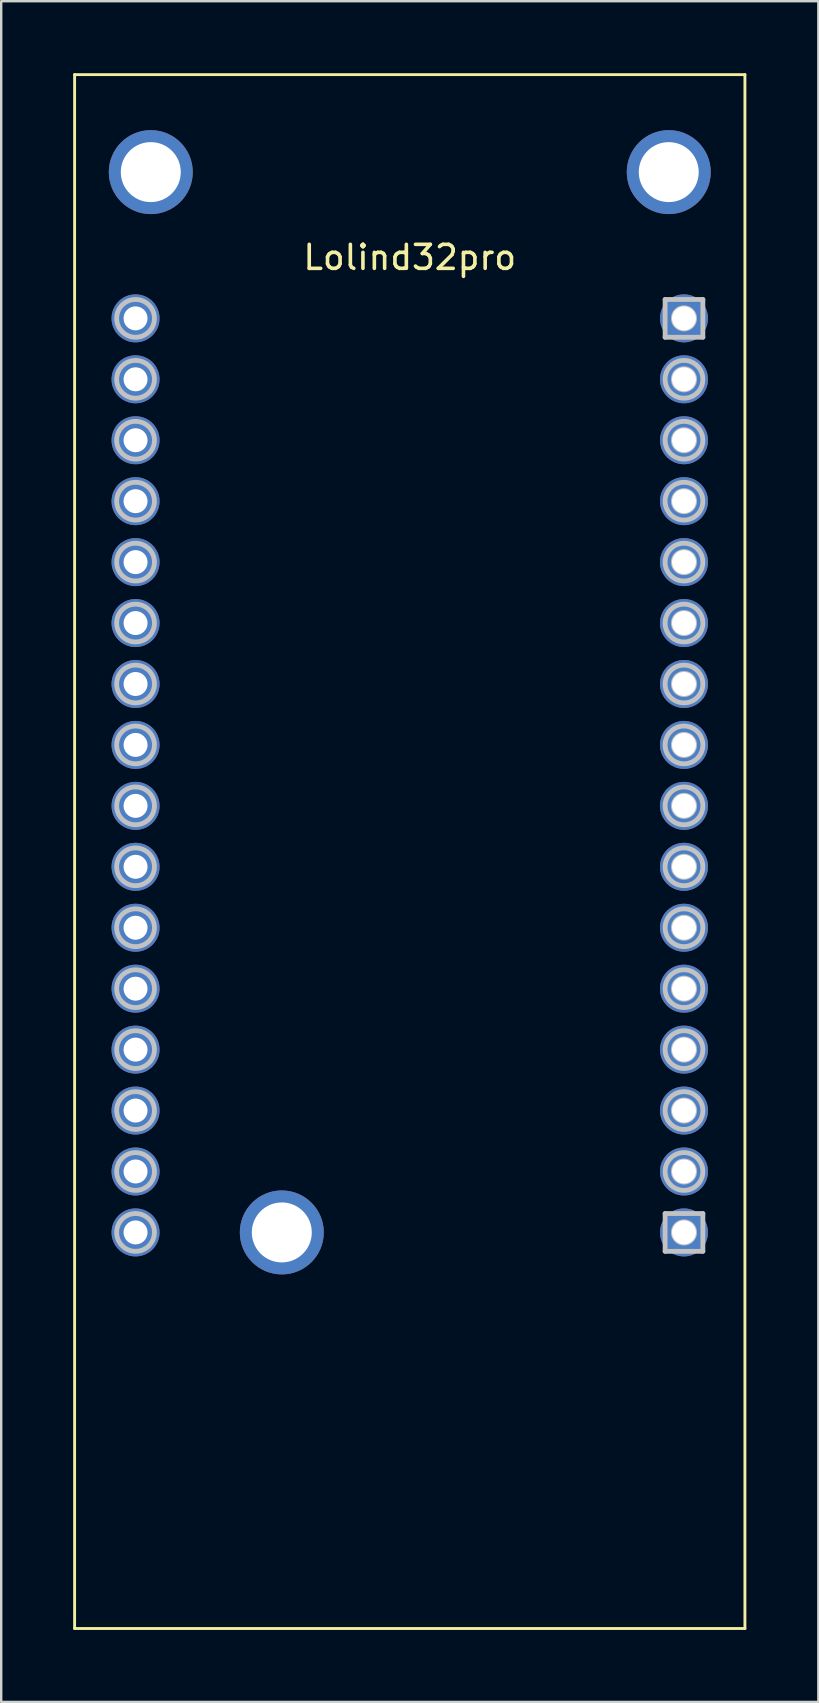
<source format=kicad_pcb>
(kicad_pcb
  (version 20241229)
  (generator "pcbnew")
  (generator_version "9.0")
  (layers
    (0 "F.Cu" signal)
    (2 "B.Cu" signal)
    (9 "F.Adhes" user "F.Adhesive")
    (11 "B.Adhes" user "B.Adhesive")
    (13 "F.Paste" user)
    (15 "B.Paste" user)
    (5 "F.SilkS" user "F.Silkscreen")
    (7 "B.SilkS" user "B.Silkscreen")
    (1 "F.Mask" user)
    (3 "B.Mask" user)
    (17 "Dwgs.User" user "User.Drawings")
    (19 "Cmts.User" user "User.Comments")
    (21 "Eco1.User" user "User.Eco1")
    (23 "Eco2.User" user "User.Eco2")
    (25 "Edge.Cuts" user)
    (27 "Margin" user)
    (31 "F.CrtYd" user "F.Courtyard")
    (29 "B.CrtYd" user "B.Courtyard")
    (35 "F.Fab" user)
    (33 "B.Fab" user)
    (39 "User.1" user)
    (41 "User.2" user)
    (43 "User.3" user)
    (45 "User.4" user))
  (footprint "Lolind32pro"
    (layer "F.Cu")
    (at 14.03 25.46)
    (property "Reference" "Lolind32pro" (at 0 -17.78 0) (layer "F.SilkS") (effects (font (size 1 1) (thickness 0.15))))
    (attr through_hole)
    (fp_line (start -13.97 -25.4) (end -13.97 39.37) (stroke (width 0.12) (type solid)) (layer "F.SilkS"))
    (fp_line (start -13.97 -25.4) (end 13.97 -25.4) (stroke (width 0.12) (type solid)) (layer "F.SilkS"))
    (fp_line (start 13.97 39.37) (end -13.97 39.37) (stroke (width 0.12) (type solid)) (layer "F.SilkS"))
    (fp_line (start 13.97 39.37) (end 13.97 -25.4) (stroke (width 0.12) (type solid)) (layer "F.SilkS"))
    (fp_line (start 10.643 -16.027) (end 12.217 -16.027) (stroke (width 0.2) (type solid)) (layer "Dwgs.User"))
    (fp_line (start 10.643 -14.453) (end 10.643 -16.027) (stroke (width 0.2) (type solid)) (layer "Dwgs.User"))
    (fp_line (start 10.643 22.073) (end 12.217 22.073) (stroke (width 0.2) (type solid)) (layer "Dwgs.User"))
    (fp_line (start 10.643 23.647) (end 10.643 22.073) (stroke (width 0.2) (type solid)) (layer "Dwgs.User"))
    (fp_line (start 12.217 -16.027) (end 12.217 -14.453) (stroke (width 0.2) (type solid)) (layer "Dwgs.User"))
    (fp_line (start 12.217 -14.453) (end 10.643 -14.453) (stroke (width 0.2) (type solid)) (layer "Dwgs.User"))
    (fp_line (start 12.217 22.073) (end 12.217 23.647) (stroke (width 0.2) (type solid)) (layer "Dwgs.User"))
    (fp_line (start 12.217 23.647) (end 10.643 23.647) (stroke (width 0.2) (type solid)) (layer "Dwgs.User"))
    (fp_circle (center -11.43 -15.24) (end -10.643 -15.24) (stroke (width 0.2) (type solid)) (fill no) (layer "Dwgs.User"))
    (fp_circle (center -11.43 -12.7) (end -10.643 -12.7) (stroke (width 0.2) (type solid)) (fill no) (layer "Dwgs.User"))
    (fp_circle (center -11.43 -10.16) (end -10.643 -10.16) (stroke (width 0.2) (type solid)) (fill no) (layer "Dwgs.User"))
    (fp_circle (center -11.43 -7.62) (end -10.643 -7.62) (stroke (width 0.2) (type solid)) (fill no) (layer "Dwgs.User"))
    (fp_circle (center -11.43 -5.08) (end -10.643 -5.08) (stroke (width 0.2) (type solid)) (fill no) (layer "Dwgs.User"))
    (fp_circle (center -11.43 -2.54) (end -10.643 -2.54) (stroke (width 0.2) (type solid)) (fill no) (layer "Dwgs.User"))
    (fp_circle (center -11.43 0) (end -10.643 0) (stroke (width 0.2) (type solid)) (fill no) (layer "Dwgs.User"))
    (fp_circle (center -11.43 2.54) (end -10.643 2.54) (stroke (width 0.2) (type solid)) (fill no) (layer "Dwgs.User"))
    (fp_circle (center -11.43 5.08) (end -10.643 5.08) (stroke (width 0.2) (type solid)) (fill no) (layer "Dwgs.User"))
    (fp_circle (center -11.43 7.62) (end -10.643 7.62) (stroke (width 0.2) (type solid)) (fill no) (layer "Dwgs.User"))
    (fp_circle (center -11.43 10.16) (end -10.643 10.16) (stroke (width 0.2) (type solid)) (fill no) (layer "Dwgs.User"))
    (fp_circle (center -11.43 12.7) (end -10.643 12.7) (stroke (width 0.2) (type solid)) (fill no) (layer "Dwgs.User"))
    (fp_circle (center -11.43 15.24) (end -10.643 15.24) (stroke (width 0.2) (type solid)) (fill no) (layer "Dwgs.User"))
    (fp_circle (center -11.43 17.78) (end -10.643 17.78) (stroke (width 0.2) (type solid)) (fill no) (layer "Dwgs.User"))
    (fp_circle (center -11.43 20.32) (end -10.643 20.32) (stroke (width 0.2) (type solid)) (fill no) (layer "Dwgs.User"))
    (fp_circle (center -11.43 22.86) (end -10.643 22.86) (stroke (width 0.2) (type solid)) (fill no) (layer "Dwgs.User"))
    (fp_circle (center -10.795 -21.336) (end -9.779 -21.336) (stroke (width 0.2) (type solid)) (fill no) (layer "Dwgs.User"))
    (fp_circle (center -5.334 22.86) (end -4.318 22.86) (stroke (width 0.2) (type solid)) (fill no) (layer "Dwgs.User"))
    (fp_circle (center 10.795 -21.336) (end 11.811 -21.336) (stroke (width 0.2) (type solid)) (fill no) (layer "Dwgs.User"))
    (fp_circle (center 11.43 -15.24) (end 11.874 -15.24) (stroke (width 0.2) (type solid)) (fill no) (layer "Dwgs.User"))
    (fp_circle (center 11.43 -12.7) (end 11.874 -12.7) (stroke (width 0.2) (type solid)) (fill no) (layer "Dwgs.User"))
    (fp_circle (center 11.43 -12.7) (end 12.217 -12.7) (stroke (width 0.2) (type solid)) (fill no) (layer "Dwgs.User"))
    (fp_circle (center 11.43 -10.16) (end 11.874 -10.16) (stroke (width 0.2) (type solid)) (fill no) (layer "Dwgs.User"))
    (fp_circle (center 11.43 -10.16) (end 12.217 -10.16) (stroke (width 0.2) (type solid)) (fill no) (layer "Dwgs.User"))
    (fp_circle (center 11.43 -7.62) (end 11.874 -7.62) (stroke (width 0.2) (type solid)) (fill no) (layer "Dwgs.User"))
    (fp_circle (center 11.43 -7.62) (end 12.217 -7.62) (stroke (width 0.2) (type solid)) (fill no) (layer "Dwgs.User"))
    (fp_circle (center 11.43 -5.08) (end 11.874 -5.08) (stroke (width 0.2) (type solid)) (fill no) (layer "Dwgs.User"))
    (fp_circle (center 11.43 -5.08) (end 12.217 -5.08) (stroke (width 0.2) (type solid)) (fill no) (layer "Dwgs.User"))
    (fp_circle (center 11.43 -2.54) (end 11.874 -2.54) (stroke (width 0.2) (type solid)) (fill no) (layer "Dwgs.User"))
    (fp_circle (center 11.43 -2.54) (end 12.217 -2.54) (stroke (width 0.2) (type solid)) (fill no) (layer "Dwgs.User"))
    (fp_circle (center 11.43 0) (end 11.874 0) (stroke (width 0.2) (type solid)) (fill no) (layer "Dwgs.User"))
    (fp_circle (center 11.43 0) (end 12.217 0) (stroke (width 0.2) (type solid)) (fill no) (layer "Dwgs.User"))
    (fp_circle (center 11.43 2.54) (end 11.874 2.54) (stroke (width 0.2) (type solid)) (fill no) (layer "Dwgs.User"))
    (fp_circle (center 11.43 2.54) (end 12.217 2.54) (stroke (width 0.2) (type solid)) (fill no) (layer "Dwgs.User"))
    (fp_circle (center 11.43 5.08) (end 11.874 5.08) (stroke (width 0.2) (type solid)) (fill no) (layer "Dwgs.User"))
    (fp_circle (center 11.43 5.08) (end 12.217 5.08) (stroke (width 0.2) (type solid)) (fill no) (layer "Dwgs.User"))
    (fp_circle (center 11.43 7.62) (end 11.874 7.62) (stroke (width 0.2) (type solid)) (fill no) (layer "Dwgs.User"))
    (fp_circle (center 11.43 7.62) (end 12.217 7.62) (stroke (width 0.2) (type solid)) (fill no) (layer "Dwgs.User"))
    (fp_circle (center 11.43 10.16) (end 11.874 10.16) (stroke (width 0.2) (type solid)) (fill no) (layer "Dwgs.User"))
    (fp_circle (center 11.43 10.16) (end 12.217 10.16) (stroke (width 0.2) (type solid)) (fill no) (layer "Dwgs.User"))
    (fp_circle (center 11.43 12.7) (end 11.874 12.7) (stroke (width 0.2) (type solid)) (fill no) (layer "Dwgs.User"))
    (fp_circle (center 11.43 12.7) (end 12.217 12.7) (stroke (width 0.2) (type solid)) (fill no) (layer "Dwgs.User"))
    (fp_circle (center 11.43 15.24) (end 11.874 15.24) (stroke (width 0.2) (type solid)) (fill no) (layer "Dwgs.User"))
    (fp_circle (center 11.43 15.24) (end 12.217 15.24) (stroke (width 0.2) (type solid)) (fill no) (layer "Dwgs.User"))
    (fp_circle (center 11.43 17.78) (end 11.874 17.78) (stroke (width 0.2) (type solid)) (fill no) (layer "Dwgs.User"))
    (fp_circle (center 11.43 17.78) (end 12.217 17.78) (stroke (width 0.2) (type solid)) (fill no) (layer "Dwgs.User"))
    (fp_circle (center 11.43 20.32) (end 11.874 20.32) (stroke (width 0.2) (type solid)) (fill no) (layer "Dwgs.User"))
    (fp_circle (center 11.43 20.32) (end 12.217 20.32) (stroke (width 0.2) (type solid)) (fill no) (layer "Dwgs.User"))
    (fp_circle (center 11.43 22.86) (end 11.874 22.86) (stroke (width 0.2) (type solid)) (fill no) (layer "Dwgs.User"))
    (pad "1" thru_hole circle (at -11.43 -15.24) (size 2 2) (drill 1) (layers "*.Cu" "*.Mask"))
    (pad "2" thru_hole circle (at -11.43 -12.7) (size 2 2) (drill 1) (layers "*.Cu" "*.Mask"))
    (pad "3" thru_hole circle (at -11.43 -10.16) (size 2 2) (drill 1) (layers "*.Cu" "*.Mask"))
    (pad "4" thru_hole circle (at -11.43 -7.62) (size 2 2) (drill 1) (layers "*.Cu" "*.Mask"))
    (pad "5" thru_hole circle (at -11.43 -5.08) (size 2 2) (drill 1) (layers "*.Cu" "*.Mask"))
    (pad "6" thru_hole circle (at -11.43 -2.54) (size 2 2) (drill 1) (layers "*.Cu" "*.Mask"))
    (pad "7" thru_hole circle (at -11.43 0) (size 2 2) (drill 1) (layers "*.Cu" "*.Mask"))
    (pad "8" thru_hole circle (at -11.43 2.54) (size 2 2) (drill 1) (layers "*.Cu" "*.Mask"))
    (pad "9" thru_hole circle (at -11.43 5.08) (size 2 2) (drill 1) (layers "*.Cu" "*.Mask"))
    (pad "10" thru_hole circle (at -11.43 7.62) (size 2 2) (drill 1) (layers "*.Cu" "*.Mask"))
    (pad "11" thru_hole circle (at -11.43 10.16) (size 2 2) (drill 1) (layers "*.Cu" "*.Mask"))
    (pad "12" thru_hole circle (at -11.43 12.7) (size 2 2) (drill 1) (layers "*.Cu" "*.Mask"))
    (pad "13" thru_hole circle (at -11.43 15.24) (size 2 2) (drill 1) (layers "*.Cu" "*.Mask"))
    (pad "14" thru_hole circle (at -11.43 17.78) (size 2 2) (drill 1) (layers "*.Cu" "*.Mask"))
    (pad "15" thru_hole circle (at -11.43 20.32) (size 2 2) (drill 1) (layers "*.Cu" "*.Mask"))
    (pad "16" thru_hole circle (at -11.43 22.86) (size 2 2) (drill 1) (layers "*.Cu" "*.Mask"))
    (pad "17" thru_hole circle (at 11.43 -15.24) (size 2 2) (drill 1) (layers "*.Cu" "*.Mask"))
    (pad "18" thru_hole circle (at 11.43 -12.7) (size 2 2) (drill 1) (layers "*.Cu" "*.Mask"))
    (pad "19" thru_hole circle (at 11.43 -10.16) (size 2 2) (drill 1) (layers "*.Cu" "*.Mask"))
    (pad "20" thru_hole circle (at 11.43 -7.62) (size 2 2) (drill 1) (layers "*.Cu" "*.Mask"))
    (pad "21" thru_hole circle (at 11.43 -5.08) (size 2 2) (drill 1) (layers "*.Cu" "*.Mask"))
    (pad "22" thru_hole circle (at 11.43 -2.54) (size 2 2) (drill 1) (layers "*.Cu" "*.Mask"))
    (pad "23" thru_hole circle (at 11.43 0) (size 2 2) (drill 1) (layers "*.Cu" "*.Mask"))
    (pad "24" thru_hole circle (at 11.43 2.54) (size 2 2) (drill 1) (layers "*.Cu" "*.Mask"))
    (pad "25" thru_hole circle (at 11.43 5.08) (size 2 2) (drill 1) (layers "*.Cu" "*.Mask"))
    (pad "26" thru_hole circle (at 11.43 7.62) (size 2 2) (drill 1) (layers "*.Cu" "*.Mask"))
    (pad "27" thru_hole circle (at 11.43 10.16) (size 2 2) (drill 1) (layers "*.Cu" "*.Mask"))
    (pad "28" thru_hole circle (at 11.43 12.7) (size 2 2) (drill 1) (layers "*.Cu" "*.Mask"))
    (pad "29" thru_hole circle (at 11.43 15.24) (size 2 2) (drill 1) (layers "*.Cu" "*.Mask"))
    (pad "30" thru_hole circle (at 11.43 17.78) (size 2 2) (drill 1) (layers "*.Cu" "*.Mask"))
    (pad "31" thru_hole circle (at 11.43 20.32) (size 2 2) (drill 1) (layers "*.Cu" "*.Mask"))
    (pad "32" thru_hole circle (at 11.43 22.86) (size 2 2) (drill 1) (layers "*.Cu" "*.Mask"))
    (pad "55" thru_hole circle (at 10.795 -21.336) (size 3.5 3.5) (drill 2.5) (layers "*.Cu" "*.Mask"))
    (pad "56" thru_hole circle (at -10.795 -21.336) (size 3.5 3.5) (drill 2.5) (layers "*.Cu" "*.Mask"))
    (pad "57" thru_hole circle (at -5.334 22.86) (size 3.5 3.5) (drill 2.5) (layers "*.Cu" "*.Mask")))
  (gr_rect
    (start -3 -3)
    (end 31.06 67.89)
    (stroke (width 0.1) (type default))
    (fill no)
    (layer "Edge.Cuts")))
</source>
